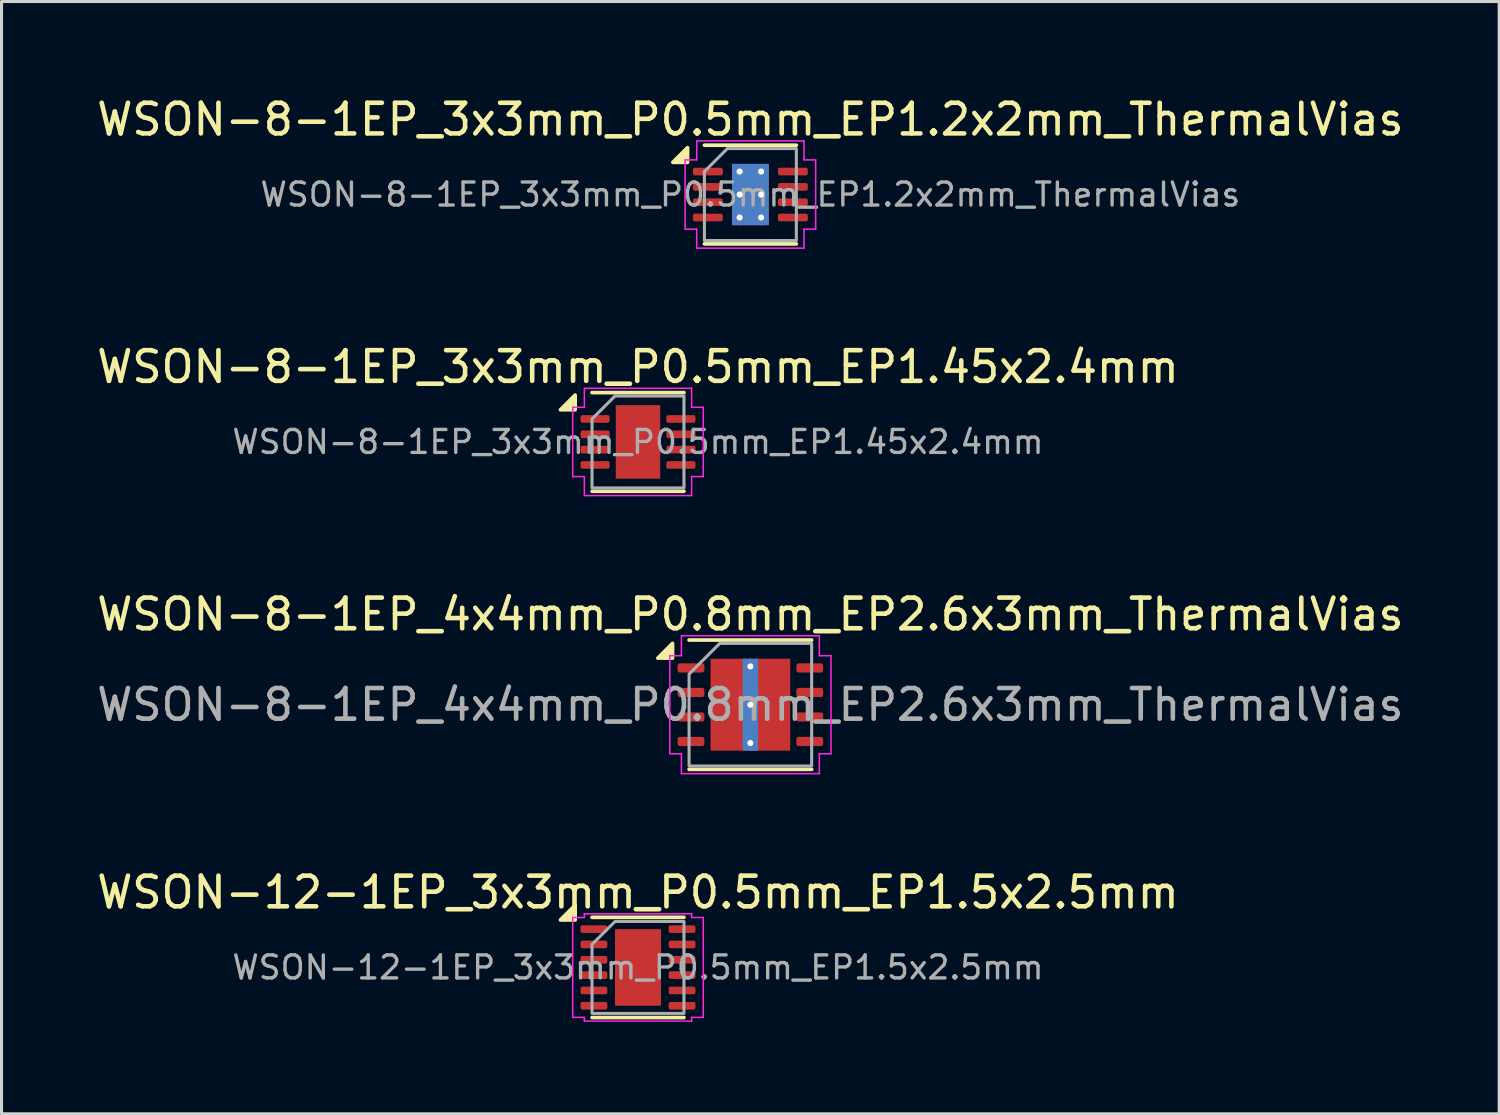
<source format=kicad_pcb>
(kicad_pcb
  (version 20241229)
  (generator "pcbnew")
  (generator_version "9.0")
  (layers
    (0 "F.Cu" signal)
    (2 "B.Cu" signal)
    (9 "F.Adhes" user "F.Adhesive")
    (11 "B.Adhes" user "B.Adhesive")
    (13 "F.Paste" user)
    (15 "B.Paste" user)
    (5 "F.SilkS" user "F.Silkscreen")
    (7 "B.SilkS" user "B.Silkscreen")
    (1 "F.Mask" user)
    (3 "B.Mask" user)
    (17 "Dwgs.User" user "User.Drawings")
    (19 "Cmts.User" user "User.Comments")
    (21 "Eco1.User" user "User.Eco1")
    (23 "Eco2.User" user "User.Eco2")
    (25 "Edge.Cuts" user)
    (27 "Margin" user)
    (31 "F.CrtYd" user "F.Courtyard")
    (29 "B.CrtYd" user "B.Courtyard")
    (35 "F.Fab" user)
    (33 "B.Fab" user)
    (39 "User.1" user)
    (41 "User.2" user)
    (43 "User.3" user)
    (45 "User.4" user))
  (footprint "WSON-12-1EP_3x3mm_P0.5mm_EP1.5x2.5mm"
    (layer "F.Cu")
    (at 17.768 28.518)
    (property "Reference" "WSON-12-1EP_3x3mm_P0.5mm_EP1.5x2.5mm" (at 0 -2.45 0) (layer "F.SilkS") (effects (font (size 1 1) (thickness 0.15))))
    (attr smd)
    (fp_line (start -1.5 -1.635) (end 1.5 -1.635) (stroke (width 0.12) (type solid)) (layer "F.SilkS"))
    (fp_line (start -1.5 1.635) (end 1.5 1.635) (stroke (width 0.12) (type solid)) (layer "F.SilkS"))
    (fp_poly (pts (xy -2.05 -1.55) (xy -2.53 -1.55) (xy -2.05 -2.03)) (stroke (width 0.12) (type solid)) (fill yes) (layer "F.SilkS"))
    (fp_line (start -2.13 -1.63) (end -1.75 -1.63) (stroke (width 0.05) (type solid)) (layer "F.CrtYd"))
    (fp_line (start -2.13 1.63) (end -2.13 -1.63) (stroke (width 0.05) (type solid)) (layer "F.CrtYd"))
    (fp_line (start -1.75 -1.75) (end 1.75 -1.75) (stroke (width 0.05) (type solid)) (layer "F.CrtYd"))
    (fp_line (start -1.75 -1.63) (end -1.75 -1.75) (stroke (width 0.05) (type solid)) (layer "F.CrtYd"))
    (fp_line (start -1.75 1.63) (end -2.13 1.63) (stroke (width 0.05) (type solid)) (layer "F.CrtYd"))
    (fp_line (start -1.75 1.75) (end -1.75 1.63) (stroke (width 0.05) (type solid)) (layer "F.CrtYd"))
    (fp_line (start 1.75 -1.75) (end 1.75 -1.63) (stroke (width 0.05) (type solid)) (layer "F.CrtYd"))
    (fp_line (start 1.75 -1.63) (end 2.13 -1.63) (stroke (width 0.05) (type solid)) (layer "F.CrtYd"))
    (fp_line (start 1.75 1.63) (end 1.75 1.75) (stroke (width 0.05) (type solid)) (layer "F.CrtYd"))
    (fp_line (start 1.75 1.75) (end -1.75 1.75) (stroke (width 0.05) (type solid)) (layer "F.CrtYd"))
    (fp_line (start 2.13 -1.63) (end 2.13 1.63) (stroke (width 0.05) (type solid)) (layer "F.CrtYd"))
    (fp_line (start 2.13 1.63) (end 1.75 1.63) (stroke (width 0.05) (type solid)) (layer "F.CrtYd"))
    (fp_poly (pts (xy -1.5 -0.75) (xy -1.5 1.5) (xy 1.5 1.5) (xy 1.5 -1.5) (xy -0.75 -1.5)) (stroke (width 0.1) (type solid)) (fill no) (layer "F.Fab"))
    (fp_text user "${REFERENCE}" (at 0 0 0) (layer "F.Fab") (effects (font (size 0.75 0.75) (thickness 0.11))))
    (pad "" smd roundrect (at -0.375 -0.625) (size 0.6 1.01) (layers "F.Paste") (roundrect_rratio 0.25))
    (pad "" smd roundrect (at -0.375 0.625) (size 0.6 1.01) (layers "F.Paste") (roundrect_rratio 0.25))
    (pad "" smd roundrect (at 0.375 -0.625) (size 0.6 1.01) (layers "F.Paste") (roundrect_rratio 0.25))
    (pad "" smd roundrect (at 0.375 0.625) (size 0.6 1.01) (layers "F.Paste") (roundrect_rratio 0.25))
    (pad "1" smd roundrect (at -1.438 -1.25) (size 0.875 0.25) (layers "F.Cu" "F.Mask" "F.Paste") (roundrect_rratio 0.25))
    (pad "2" smd roundrect (at -1.438 -0.75) (size 0.875 0.25) (layers "F.Cu" "F.Mask" "F.Paste") (roundrect_rratio 0.25))
    (pad "3" smd roundrect (at -1.438 -0.25) (size 0.875 0.25) (layers "F.Cu" "F.Mask" "F.Paste") (roundrect_rratio 0.25))
    (pad "4" smd roundrect (at -1.438 0.25) (size 0.875 0.25) (layers "F.Cu" "F.Mask" "F.Paste") (roundrect_rratio 0.25))
    (pad "5" smd roundrect (at -1.438 0.75) (size 0.875 0.25) (layers "F.Cu" "F.Mask" "F.Paste") (roundrect_rratio 0.25))
    (pad "6" smd roundrect (at -1.438 1.25) (size 0.875 0.25) (layers "F.Cu" "F.Mask" "F.Paste") (roundrect_rratio 0.25))
    (pad "7" smd roundrect (at 1.438 1.25) (size 0.875 0.25) (layers "F.Cu" "F.Mask" "F.Paste") (roundrect_rratio 0.25))
    (pad "8" smd roundrect (at 1.438 0.75) (size 0.875 0.25) (layers "F.Cu" "F.Mask" "F.Paste") (roundrect_rratio 0.25))
    (pad "9" smd roundrect (at 1.438 0.25) (size 0.875 0.25) (layers "F.Cu" "F.Mask" "F.Paste") (roundrect_rratio 0.25))
    (pad "10" smd roundrect (at 1.438 -0.25) (size 0.875 0.25) (layers "F.Cu" "F.Mask" "F.Paste") (roundrect_rratio 0.25))
    (pad "11" smd roundrect (at 1.438 -0.75) (size 0.875 0.25) (layers "F.Cu" "F.Mask" "F.Paste") (roundrect_rratio 0.25))
    (pad "12" smd roundrect (at 1.438 -1.25) (size 0.875 0.25) (layers "F.Cu" "F.Mask" "F.Paste") (roundrect_rratio 0.25))
    (pad "13" smd rect (at 0 0) (size 1.5 2.5) (property pad_prop_heatsink) (layers "F.Cu" "F.Mask")))
  (footprint "WSON-8-1EP_3x3mm_P0.5mm_EP1.2x2mm_ThermalVias"
    (layer "F.Cu")
    (at 21.435 3.298)
    (property "Reference" "WSON-8-1EP_3x3mm_P0.5mm_EP1.2x2mm_ThermalVias" (at 0 -2.45 0) (layer "F.SilkS") (effects (font (size 1 1) (thickness 0.15))))
    (attr smd)
    (fp_line (start -1.5 -1.61) (end 1.5 -1.61) (stroke (width 0.12) (type solid)) (layer "F.SilkS"))
    (fp_line (start -1.5 1.61) (end 1.5 1.61) (stroke (width 0.12) (type solid)) (layer "F.SilkS"))
    (fp_poly (pts (xy -2.05 -1.05) (xy -2.53 -1.05) (xy -2.05 -1.53)) (stroke (width 0.12) (type solid)) (fill yes) (layer "F.SilkS"))
    (fp_line (start -2.13 -1.13) (end -1.75 -1.13) (stroke (width 0.05) (type solid)) (layer "F.CrtYd"))
    (fp_line (start -2.13 1.13) (end -2.13 -1.13) (stroke (width 0.05) (type solid)) (layer "F.CrtYd"))
    (fp_line (start -1.75 -1.75) (end 1.75 -1.75) (stroke (width 0.05) (type solid)) (layer "F.CrtYd"))
    (fp_line (start -1.75 -1.13) (end -1.75 -1.75) (stroke (width 0.05) (type solid)) (layer "F.CrtYd"))
    (fp_line (start -1.75 1.13) (end -2.13 1.13) (stroke (width 0.05) (type solid)) (layer "F.CrtYd"))
    (fp_line (start -1.75 1.75) (end -1.75 1.13) (stroke (width 0.05) (type solid)) (layer "F.CrtYd"))
    (fp_line (start 1.75 -1.75) (end 1.75 -1.13) (stroke (width 0.05) (type solid)) (layer "F.CrtYd"))
    (fp_line (start 1.75 -1.13) (end 2.13 -1.13) (stroke (width 0.05) (type solid)) (layer "F.CrtYd"))
    (fp_line (start 1.75 1.13) (end 1.75 1.75) (stroke (width 0.05) (type solid)) (layer "F.CrtYd"))
    (fp_line (start 1.75 1.75) (end -1.75 1.75) (stroke (width 0.05) (type solid)) (layer "F.CrtYd"))
    (fp_line (start 2.13 -1.13) (end 2.13 1.13) (stroke (width 0.05) (type solid)) (layer "F.CrtYd"))
    (fp_line (start 2.13 1.13) (end 1.75 1.13) (stroke (width 0.05) (type solid)) (layer "F.CrtYd"))
    (fp_poly (pts (xy -1.5 -0.75) (xy -1.5 1.5) (xy 1.5 1.5) (xy 1.5 -1.5) (xy -0.75 -1.5)) (stroke (width 0.1) (type solid)) (fill no) (layer "F.Fab"))
    (fp_text user "${REFERENCE}" (at 0 0 0) (layer "F.Fab") (effects (font (size 0.75 0.75) (thickness 0.11))))
    (pad "" smd roundrect (at 0 -0.5) (size 1.04 0.87) (layers "F.Paste") (roundrect_rratio 0.25))
    (pad "" smd roundrect (at 0 0.5) (size 1.04 0.87) (layers "F.Paste") (roundrect_rratio 0.25))
    (pad "1" smd roundrect (at -1.387 -0.75) (size 0.975 0.25) (layers "F.Cu" "F.Mask" "F.Paste") (roundrect_rratio 0.25))
    (pad "2" smd roundrect (at -1.387 -0.25) (size 0.975 0.25) (layers "F.Cu" "F.Mask" "F.Paste") (roundrect_rratio 0.25))
    (pad "3" smd roundrect (at -1.387 0.25) (size 0.975 0.25) (layers "F.Cu" "F.Mask" "F.Paste") (roundrect_rratio 0.25))
    (pad "4" smd roundrect (at -1.387 0.75) (size 0.975 0.25) (layers "F.Cu" "F.Mask" "F.Paste") (roundrect_rratio 0.25))
    (pad "5" smd roundrect (at 1.387 0.75) (size 0.975 0.25) (layers "F.Cu" "F.Mask" "F.Paste") (roundrect_rratio 0.25))
    (pad "6" smd roundrect (at 1.387 0.25) (size 0.975 0.25) (layers "F.Cu" "F.Mask" "F.Paste") (roundrect_rratio 0.25))
    (pad "7" smd roundrect (at 1.387 -0.25) (size 0.975 0.25) (layers "F.Cu" "F.Mask" "F.Paste") (roundrect_rratio 0.25))
    (pad "8" smd roundrect (at 1.387 -0.75) (size 0.975 0.25) (layers "F.Cu" "F.Mask" "F.Paste") (roundrect_rratio 0.25))
    (pad "9" thru_hole circle (at -0.35 -0.75) (size 0.5 0.5) (drill 0.2) (property pad_prop_heatsink) (layers "*.Cu"))
    (pad "9" thru_hole circle (at -0.35 0) (size 0.5 0.5) (drill 0.2) (property pad_prop_heatsink) (layers "*.Cu"))
    (pad "9" thru_hole circle (at -0.35 0.75) (size 0.5 0.5) (drill 0.2) (property pad_prop_heatsink) (layers "*.Cu"))
    (pad "9" smd rect (at 0 0) (size 1.2 2) (property pad_prop_heatsink) (layers "F.Cu" "F.Mask"))
    (pad "9" smd rect (at 0 0) (size 1.2 2) (property pad_prop_heatsink) (layers "B.Cu"))
    (pad "9" thru_hole circle (at 0.35 -0.75) (size 0.5 0.5) (drill 0.2) (property pad_prop_heatsink) (layers "*.Cu"))
    (pad "9" thru_hole circle (at 0.35 0) (size 0.5 0.5) (drill 0.2) (property pad_prop_heatsink) (layers "*.Cu"))
    (pad "9" thru_hole circle (at 0.35 0.75) (size 0.5 0.5) (drill 0.2) (property pad_prop_heatsink) (layers "*.Cu")))
  (footprint "WSON-8-1EP_4x4mm_P0.8mm_EP2.6x3mm_ThermalVias"
    (layer "F.Cu")
    (at 21.435 19.945)
    (property "Reference" "WSON-8-1EP_4x4mm_P0.8mm_EP2.6x3mm_ThermalVias" (at 0 -2.95 0) (layer "F.SilkS") (effects (font (size 1 1) (thickness 0.15))))
    (attr smd)
    (fp_line (start -2 -2.11) (end 2 -2.11) (stroke (width 0.12) (type solid)) (layer "F.SilkS"))
    (fp_line (start -2 2.11) (end 2 2.11) (stroke (width 0.12) (type solid)) (layer "F.SilkS"))
    (fp_poly (pts (xy -2.54 -1.52) (xy -3.02 -1.52) (xy -2.54 -2)) (stroke (width 0.12) (type solid)) (fill yes) (layer "F.SilkS"))
    (fp_line (start -2.63 -1.6) (end -2.25 -1.6) (stroke (width 0.05) (type solid)) (layer "F.CrtYd"))
    (fp_line (start -2.63 1.6) (end -2.63 -1.6) (stroke (width 0.05) (type solid)) (layer "F.CrtYd"))
    (fp_line (start -2.25 -2.25) (end 2.25 -2.25) (stroke (width 0.05) (type solid)) (layer "F.CrtYd"))
    (fp_line (start -2.25 -1.6) (end -2.25 -2.25) (stroke (width 0.05) (type solid)) (layer "F.CrtYd"))
    (fp_line (start -2.25 1.6) (end -2.63 1.6) (stroke (width 0.05) (type solid)) (layer "F.CrtYd"))
    (fp_line (start -2.25 2.25) (end -2.25 1.6) (stroke (width 0.05) (type solid)) (layer "F.CrtYd"))
    (fp_line (start 2.25 -2.25) (end 2.25 -1.6) (stroke (width 0.05) (type solid)) (layer "F.CrtYd"))
    (fp_line (start 2.25 -1.6) (end 2.63 -1.6) (stroke (width 0.05) (type solid)) (layer "F.CrtYd"))
    (fp_line (start 2.25 1.6) (end 2.25 2.25) (stroke (width 0.05) (type solid)) (layer "F.CrtYd"))
    (fp_line (start 2.25 2.25) (end -2.25 2.25) (stroke (width 0.05) (type solid)) (layer "F.CrtYd"))
    (fp_line (start 2.63 -1.6) (end 2.63 1.6) (stroke (width 0.05) (type solid)) (layer "F.CrtYd"))
    (fp_line (start 2.63 1.6) (end 2.25 1.6) (stroke (width 0.05) (type solid)) (layer "F.CrtYd"))
    (fp_poly (pts (xy -2 -1) (xy -2 2) (xy 2 2) (xy 2 -2) (xy -1 -2)) (stroke (width 0.1) (type solid)) (fill no) (layer "F.Fab"))
    (fp_text user "${REFERENCE}" (at 0 0 0) (layer "F.Fab") (effects (font (size 1 1) (thickness 0.15))))
    (pad "" smd roundrect (at -0.65 -0.75) (size 1.05 1.21) (layers "F.Paste") (roundrect_rratio 0.238))
    (pad "" smd roundrect (at -0.65 0.75) (size 1.05 1.21) (layers "F.Paste") (roundrect_rratio 0.238))
    (pad "" smd roundrect (at 0.65 -0.75) (size 1.05 1.21) (layers "F.Paste") (roundrect_rratio 0.238))
    (pad "" smd roundrect (at 0.65 0.75) (size 1.05 1.21) (layers "F.Paste") (roundrect_rratio 0.238))
    (pad "1" smd roundrect (at -1.938 -1.2) (size 0.875 0.3) (layers "F.Cu" "F.Mask" "F.Paste") (roundrect_rratio 0.25))
    (pad "2" smd roundrect (at -1.938 -0.4) (size 0.875 0.3) (layers "F.Cu" "F.Mask" "F.Paste") (roundrect_rratio 0.25))
    (pad "3" smd roundrect (at -1.938 0.4) (size 0.875 0.3) (layers "F.Cu" "F.Mask" "F.Paste") (roundrect_rratio 0.25))
    (pad "4" smd roundrect (at -1.938 1.2) (size 0.875 0.3) (layers "F.Cu" "F.Mask" "F.Paste") (roundrect_rratio 0.25))
    (pad "5" smd roundrect (at 1.938 1.2) (size 0.875 0.3) (layers "F.Cu" "F.Mask" "F.Paste") (roundrect_rratio 0.25))
    (pad "6" smd roundrect (at 1.938 0.4) (size 0.875 0.3) (layers "F.Cu" "F.Mask" "F.Paste") (roundrect_rratio 0.25))
    (pad "7" smd roundrect (at 1.938 -0.4) (size 0.875 0.3) (layers "F.Cu" "F.Mask" "F.Paste") (roundrect_rratio 0.25))
    (pad "8" smd roundrect (at 1.938 -1.2) (size 0.875 0.3) (layers "F.Cu" "F.Mask" "F.Paste") (roundrect_rratio 0.25))
    (pad "9" thru_hole circle (at 0 -1.25) (size 0.5 0.5) (drill 0.2) (property pad_prop_heatsink) (layers "*.Cu"))
    (pad "9" thru_hole circle (at 0 0) (size 0.5 0.5) (drill 0.2) (property pad_prop_heatsink) (layers "*.Cu"))
    (pad "9" smd rect (at 0 0) (size 0.5 3) (property pad_prop_heatsink) (layers "B.Cu"))
    (pad "9" smd rect (at 0 0) (size 2.6 3) (property pad_prop_heatsink) (layers "F.Cu" "F.Mask"))
    (pad "9" thru_hole circle (at 0 1.25) (size 0.5 0.5) (drill 0.2) (property pad_prop_heatsink) (layers "*.Cu")))
  (footprint "WSON-8-1EP_3x3mm_P0.5mm_EP1.45x2.4mm"
    (layer "F.Cu")
    (at 17.768 11.371)
    (property "Reference" "WSON-8-1EP_3x3mm_P0.5mm_EP1.45x2.4mm" (at 0 -2.45 0) (layer "F.SilkS") (effects (font (size 1 1) (thickness 0.15))))
    (attr smd)
    (fp_line (start -1.5 -1.61) (end 1.5 -1.61) (stroke (width 0.12) (type solid)) (layer "F.SilkS"))
    (fp_line (start -1.5 1.61) (end 1.5 1.61) (stroke (width 0.12) (type solid)) (layer "F.SilkS"))
    (fp_poly (pts (xy -2.05 -1.05) (xy -2.53 -1.05) (xy -2.05 -1.53)) (stroke (width 0.12) (type solid)) (fill yes) (layer "F.SilkS"))
    (fp_line (start -2.13 -1.13) (end -1.75 -1.13) (stroke (width 0.05) (type solid)) (layer "F.CrtYd"))
    (fp_line (start -2.13 1.13) (end -2.13 -1.13) (stroke (width 0.05) (type solid)) (layer "F.CrtYd"))
    (fp_line (start -1.75 -1.75) (end 1.75 -1.75) (stroke (width 0.05) (type solid)) (layer "F.CrtYd"))
    (fp_line (start -1.75 -1.13) (end -1.75 -1.75) (stroke (width 0.05) (type solid)) (layer "F.CrtYd"))
    (fp_line (start -1.75 1.13) (end -2.13 1.13) (stroke (width 0.05) (type solid)) (layer "F.CrtYd"))
    (fp_line (start -1.75 1.75) (end -1.75 1.13) (stroke (width 0.05) (type solid)) (layer "F.CrtYd"))
    (fp_line (start 1.75 -1.75) (end 1.75 -1.13) (stroke (width 0.05) (type solid)) (layer "F.CrtYd"))
    (fp_line (start 1.75 -1.13) (end 2.13 -1.13) (stroke (width 0.05) (type solid)) (layer "F.CrtYd"))
    (fp_line (start 1.75 1.13) (end 1.75 1.75) (stroke (width 0.05) (type solid)) (layer "F.CrtYd"))
    (fp_line (start 1.75 1.75) (end -1.75 1.75) (stroke (width 0.05) (type solid)) (layer "F.CrtYd"))
    (fp_line (start 2.13 -1.13) (end 2.13 1.13) (stroke (width 0.05) (type solid)) (layer "F.CrtYd"))
    (fp_line (start 2.13 1.13) (end 1.75 1.13) (stroke (width 0.05) (type solid)) (layer "F.CrtYd"))
    (fp_poly (pts (xy -1.5 -0.75) (xy -1.5 1.5) (xy 1.5 1.5) (xy 1.5 -1.5) (xy -0.75 -1.5)) (stroke (width 0.1) (type solid)) (fill no) (layer "F.Fab"))
    (fp_text user "${REFERENCE}" (at 0 0 0) (layer "F.Fab") (effects (font (size 0.75 0.75) (thickness 0.11))))
    (pad "" smd roundrect (at 0 -0.6) (size 1.17 0.97) (layers "F.Paste") (roundrect_rratio 0.25))
    (pad "" smd roundrect (at 0 0.6) (size 1.17 0.97) (layers "F.Paste") (roundrect_rratio 0.25))
    (pad "1" smd roundrect (at -1.4 -0.75) (size 0.95 0.25) (layers "F.Cu" "F.Mask" "F.Paste") (roundrect_rratio 0.25))
    (pad "2" smd roundrect (at -1.4 -0.25) (size 0.95 0.25) (layers "F.Cu" "F.Mask" "F.Paste") (roundrect_rratio 0.25))
    (pad "3" smd roundrect (at -1.4 0.25) (size 0.95 0.25) (layers "F.Cu" "F.Mask" "F.Paste") (roundrect_rratio 0.25))
    (pad "4" smd roundrect (at -1.4 0.75) (size 0.95 0.25) (layers "F.Cu" "F.Mask" "F.Paste") (roundrect_rratio 0.25))
    (pad "5" smd roundrect (at 1.4 0.75) (size 0.95 0.25) (layers "F.Cu" "F.Mask" "F.Paste") (roundrect_rratio 0.25))
    (pad "6" smd roundrect (at 1.4 0.25) (size 0.95 0.25) (layers "F.Cu" "F.Mask" "F.Paste") (roundrect_rratio 0.25))
    (pad "7" smd roundrect (at 1.4 -0.25) (size 0.95 0.25) (layers "F.Cu" "F.Mask" "F.Paste") (roundrect_rratio 0.25))
    (pad "8" smd roundrect (at 1.4 -0.75) (size 0.95 0.25) (layers "F.Cu" "F.Mask" "F.Paste") (roundrect_rratio 0.25))
    (pad "9" smd rect (at 0 0) (size 1.45 2.4) (property pad_prop_heatsink) (layers "F.Cu" "F.Mask")))
  (gr_rect
    (start -3 -3)
    (end 45.869 33.293)
    (stroke (width 0.1) (type default))
    (fill no)
    (layer "Edge.Cuts")))
</source>
